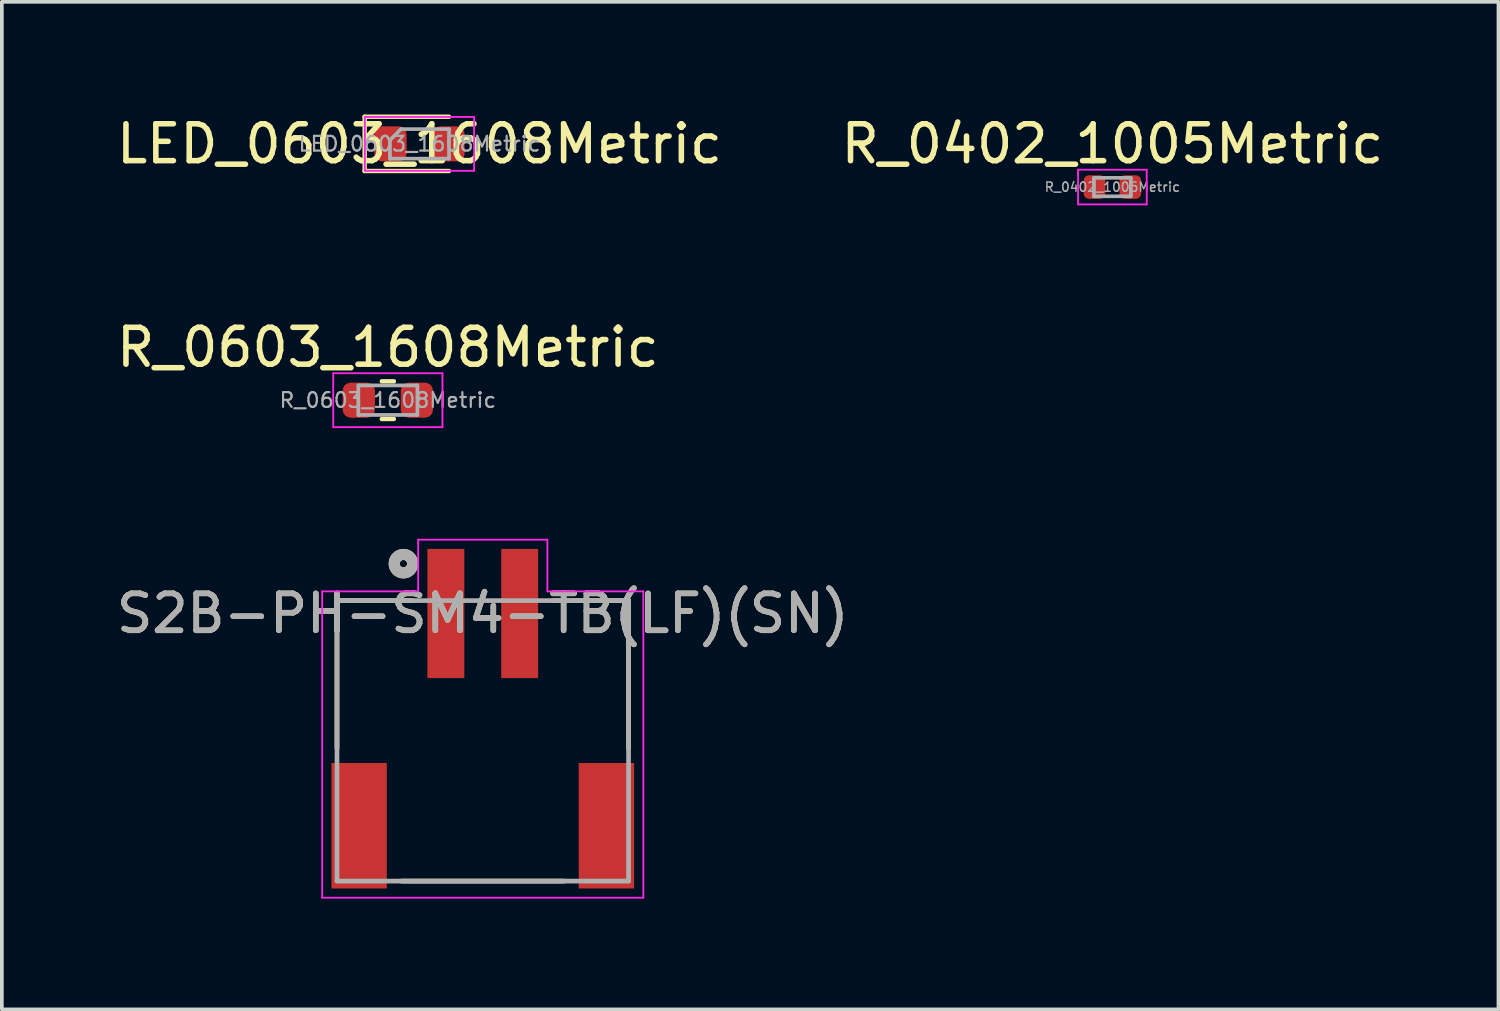
<source format=kicad_pcb>
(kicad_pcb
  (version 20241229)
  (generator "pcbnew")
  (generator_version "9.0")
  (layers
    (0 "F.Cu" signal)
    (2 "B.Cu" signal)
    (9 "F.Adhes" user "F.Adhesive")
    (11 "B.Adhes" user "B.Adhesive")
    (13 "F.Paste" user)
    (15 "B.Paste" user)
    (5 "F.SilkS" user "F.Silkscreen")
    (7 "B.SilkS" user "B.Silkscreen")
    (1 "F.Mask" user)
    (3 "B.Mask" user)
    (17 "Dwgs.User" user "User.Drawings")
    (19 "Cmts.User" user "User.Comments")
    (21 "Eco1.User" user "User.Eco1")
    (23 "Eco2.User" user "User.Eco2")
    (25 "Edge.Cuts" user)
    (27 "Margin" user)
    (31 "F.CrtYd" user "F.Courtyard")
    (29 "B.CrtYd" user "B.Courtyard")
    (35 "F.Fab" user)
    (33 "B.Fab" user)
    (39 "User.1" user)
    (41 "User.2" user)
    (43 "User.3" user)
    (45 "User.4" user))
  (footprint "LED_0603_1608Metric"
    (layer "F.Cu")
    (at 8.315 0.848)
    (property "Reference" "LED_0603_1608Metric" (at 0 0 0) (layer "F.SilkS") (effects (font (size 1 1) (thickness 0.15))))
    (attr smd)
    (fp_line (start -1.485 -0.735) (end -1.485 0.735) (stroke (width 0.12) (type solid)) (layer "F.SilkS"))
    (fp_line (start -1.485 0.735) (end 0.8 0.735) (stroke (width 0.12) (type solid)) (layer "F.SilkS"))
    (fp_line (start 0.8 -0.735) (end -1.485 -0.735) (stroke (width 0.12) (type solid)) (layer "F.SilkS"))
    (fp_line (start -1.48 -0.73) (end 1.48 -0.73) (stroke (width 0.05) (type solid)) (layer "F.CrtYd"))
    (fp_line (start -1.48 0.73) (end -1.48 -0.73) (stroke (width 0.05) (type solid)) (layer "F.CrtYd"))
    (fp_line (start 1.48 -0.73) (end 1.48 0.73) (stroke (width 0.05) (type solid)) (layer "F.CrtYd"))
    (fp_line (start 1.48 0.73) (end -1.48 0.73) (stroke (width 0.05) (type solid)) (layer "F.CrtYd"))
    (fp_line (start -0.8 -0.1) (end -0.8 0.4) (stroke (width 0.1) (type solid)) (layer "F.Fab"))
    (fp_line (start -0.8 0.4) (end 0.8 0.4) (stroke (width 0.1) (type solid)) (layer "F.Fab"))
    (fp_line (start -0.5 -0.4) (end -0.8 -0.1) (stroke (width 0.1) (type solid)) (layer "F.Fab"))
    (fp_line (start 0.8 -0.4) (end -0.5 -0.4) (stroke (width 0.1) (type solid)) (layer "F.Fab"))
    (fp_line (start 0.8 0.4) (end 0.8 -0.4) (stroke (width 0.1) (type solid)) (layer "F.Fab"))
    (fp_text user "${REFERENCE}" (at 0 0 0) (layer "F.Fab") (effects (font (size 0.4 0.4) (thickness 0.06))))
    (pad "1" smd roundrect (at -0.787 0) (size 0.875 0.95) (layers "F.Cu" "F.Mask" "F.Paste") (roundrect_rratio 0.25))
    (pad "2" smd roundrect (at 0.787 0) (size 0.875 0.95) (layers "F.Cu" "F.Mask" "F.Paste") (roundrect_rratio 0.25)))
  (footprint "R_0603_1608Metric"
    (layer "F.Cu")
    (at 7.458 7.792)
    (property "Reference" "R_0603_1608Metric" (at 0 -1.43 0) (layer "F.SilkS") (effects (font (size 1 1) (thickness 0.15))))
    (attr smd)
    (fp_line (start -0.163 -0.51) (end 0.163 -0.51) (stroke (width 0.12) (type solid)) (layer "F.SilkS"))
    (fp_line (start -0.163 0.51) (end 0.163 0.51) (stroke (width 0.12) (type solid)) (layer "F.SilkS"))
    (fp_line (start -1.48 -0.73) (end 1.48 -0.73) (stroke (width 0.05) (type solid)) (layer "F.CrtYd"))
    (fp_line (start -1.48 0.73) (end -1.48 -0.73) (stroke (width 0.05) (type solid)) (layer "F.CrtYd"))
    (fp_line (start 1.48 -0.73) (end 1.48 0.73) (stroke (width 0.05) (type solid)) (layer "F.CrtYd"))
    (fp_line (start 1.48 0.73) (end -1.48 0.73) (stroke (width 0.05) (type solid)) (layer "F.CrtYd"))
    (fp_line (start -0.8 -0.4) (end 0.8 -0.4) (stroke (width 0.1) (type solid)) (layer "F.Fab"))
    (fp_line (start -0.8 0.4) (end -0.8 -0.4) (stroke (width 0.1) (type solid)) (layer "F.Fab"))
    (fp_line (start 0.8 -0.4) (end 0.8 0.4) (stroke (width 0.1) (type solid)) (layer "F.Fab"))
    (fp_line (start 0.8 0.4) (end -0.8 0.4) (stroke (width 0.1) (type solid)) (layer "F.Fab"))
    (fp_text user "${REFERENCE}" (at 0 0 0) (layer "F.Fab") (effects (font (size 0.4 0.4) (thickness 0.06))))
    (pad "1" smd roundrect (at -0.787 0) (size 0.875 0.95) (layers "F.Cu" "F.Mask" "F.Paste") (roundrect_rratio 0.25))
    (pad "2" smd roundrect (at 0.787 0) (size 0.875 0.95) (layers "F.Cu" "F.Mask" "F.Paste") (roundrect_rratio 0.25)))
  (footprint "S2B-PH-SM4-TB(LF)(SN)"
    (layer "F.Cu")
    (at 10.03 13.572)
    (property "Reference" "S2B-PH-SM4-TB(LF)(SN)" (at 0 0 0) (layer "F.SilkS") (effects (font (size 1 1) (thickness 0.15))))
    (attr smd)
    (fp_line (start -3.95 -0.35) (end -3.95 3.65) (stroke (width 0.127) (type solid)) (layer "F.SilkS"))
    (fp_line (start -2.2 7.25) (end 2.2 7.25) (stroke (width 0.127) (type solid)) (layer "F.SilkS"))
    (fp_line (start -1.9 -0.35) (end -3.95 -0.35) (stroke (width 0.127) (type solid)) (layer "F.SilkS"))
    (fp_line (start 3.95 -0.35) (end 1.9 -0.35) (stroke (width 0.127) (type solid)) (layer "F.SilkS"))
    (fp_line (start 3.95 3.65) (end 3.95 -0.35) (stroke (width 0.127) (type solid)) (layer "F.SilkS"))
    (fp_circle (center -2.15 -1.35) (end -2.05 -1.35) (stroke (width 0.3) (type solid)) (fill no) (layer "F.SilkS"))
    (fp_line (start -4.35 -0.6) (end -1.75 -0.6) (stroke (width 0.05) (type solid)) (layer "F.CrtYd"))
    (fp_line (start -4.35 7.7) (end -4.35 -0.6) (stroke (width 0.05) (type solid)) (layer "F.CrtYd"))
    (fp_line (start -1.75 -2) (end 1.75 -2) (stroke (width 0.05) (type solid)) (layer "F.CrtYd"))
    (fp_line (start -1.75 -0.6) (end -1.75 -2) (stroke (width 0.05) (type solid)) (layer "F.CrtYd"))
    (fp_line (start 1.75 -2) (end 1.75 -0.6) (stroke (width 0.05) (type solid)) (layer "F.CrtYd"))
    (fp_line (start 1.75 -0.6) (end 4.35 -0.6) (stroke (width 0.05) (type solid)) (layer "F.CrtYd"))
    (fp_line (start 4.35 -0.6) (end 4.35 7.7) (stroke (width 0.05) (type solid)) (layer "F.CrtYd"))
    (fp_line (start 4.35 7.7) (end -4.35 7.7) (stroke (width 0.05) (type solid)) (layer "F.CrtYd"))
    (fp_line (start -3.95 -0.35) (end 3.95 -0.35) (stroke (width 0.127) (type solid)) (layer "F.Fab"))
    (fp_line (start -3.95 7.25) (end -3.95 -0.35) (stroke (width 0.127) (type solid)) (layer "F.Fab"))
    (fp_line (start 3.95 -0.35) (end 3.95 7.25) (stroke (width 0.127) (type solid)) (layer "F.Fab"))
    (fp_line (start 3.95 7.25) (end -3.95 7.25) (stroke (width 0.127) (type solid)) (layer "F.Fab"))
    (fp_circle (center -2.15 -1.35) (end -2.05 -1.35) (stroke (width 0.3) (type solid)) (fill no) (layer "F.Fab"))
    (fp_text user "${REFERENCE}" (at 0 0 0) (layer "F.Fab") (effects (font (size 1 1) (thickness 0.15))))
    (pad "1" smd rect (at -1 0) (size 1 3.5) (layers "F.Cu" "F.Mask" "F.Paste"))
    (pad "2" smd rect (at 1 0) (size 1 3.5) (layers "F.Cu" "F.Mask" "F.Paste"))
    (pad "S1" smd rect (at -3.35 5.75) (size 1.5 3.4) (layers "F.Cu" "F.Mask" "F.Paste"))
    (pad "S2" smd rect (at 3.35 5.75) (size 1.5 3.4) (layers "F.Cu" "F.Mask" "F.Paste")))
  (footprint "R_0402_1005Metric"
    (layer "F.Cu")
    (at 27.089 2.018)
    (property "Reference" "R_0402_1005Metric" (at 0 -1.17 0) (layer "F.SilkS") (effects (font (size 1 1) (thickness 0.15))))
    (attr smd)
    (fp_line (start -0.93 -0.47) (end 0.93 -0.47) (stroke (width 0.05) (type solid)) (layer "F.CrtYd"))
    (fp_line (start -0.93 0.47) (end -0.93 -0.47) (stroke (width 0.05) (type solid)) (layer "F.CrtYd"))
    (fp_line (start 0.93 -0.47) (end 0.93 0.47) (stroke (width 0.05) (type solid)) (layer "F.CrtYd"))
    (fp_line (start 0.93 0.47) (end -0.93 0.47) (stroke (width 0.05) (type solid)) (layer "F.CrtYd"))
    (fp_line (start -0.5 -0.25) (end 0.5 -0.25) (stroke (width 0.1) (type solid)) (layer "F.Fab"))
    (fp_line (start -0.5 0.25) (end -0.5 -0.25) (stroke (width 0.1) (type solid)) (layer "F.Fab"))
    (fp_line (start 0.5 -0.25) (end 0.5 0.25) (stroke (width 0.1) (type solid)) (layer "F.Fab"))
    (fp_line (start 0.5 0.25) (end -0.5 0.25) (stroke (width 0.1) (type solid)) (layer "F.Fab"))
    (fp_text user "${REFERENCE}" (at 0 0 0) (layer "F.Fab") (effects (font (size 0.25 0.25) (thickness 0.04))))
    (pad "1" smd roundrect (at -0.485 0) (size 0.59 0.64) (layers "F.Cu" "F.Mask" "F.Paste") (roundrect_rratio 0.25))
    (pad "2" smd roundrect (at 0.485 0) (size 0.59 0.64) (layers "F.Cu" "F.Mask" "F.Paste") (roundrect_rratio 0.25)))
  (gr_rect
    (start -3 -3)
    (end 37.548 24.297)
    (stroke (width 0.1) (type default))
    (fill no)
    (layer "Edge.Cuts")))
</source>
